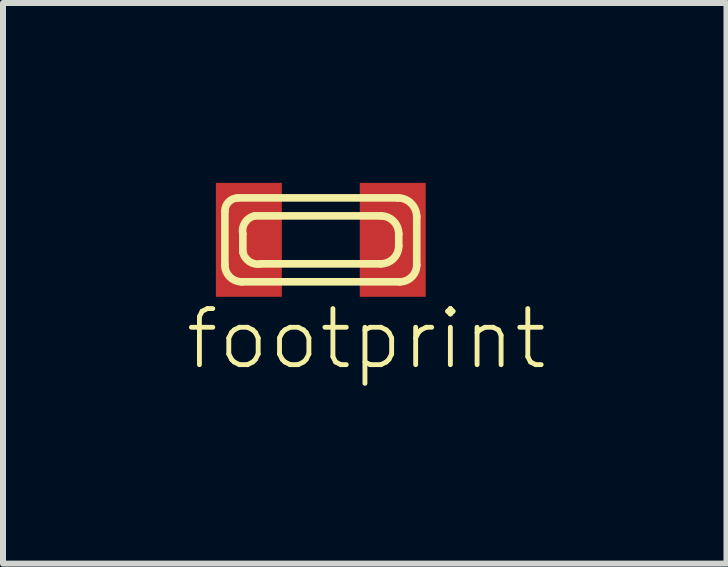
<source format=kicad_pcb>
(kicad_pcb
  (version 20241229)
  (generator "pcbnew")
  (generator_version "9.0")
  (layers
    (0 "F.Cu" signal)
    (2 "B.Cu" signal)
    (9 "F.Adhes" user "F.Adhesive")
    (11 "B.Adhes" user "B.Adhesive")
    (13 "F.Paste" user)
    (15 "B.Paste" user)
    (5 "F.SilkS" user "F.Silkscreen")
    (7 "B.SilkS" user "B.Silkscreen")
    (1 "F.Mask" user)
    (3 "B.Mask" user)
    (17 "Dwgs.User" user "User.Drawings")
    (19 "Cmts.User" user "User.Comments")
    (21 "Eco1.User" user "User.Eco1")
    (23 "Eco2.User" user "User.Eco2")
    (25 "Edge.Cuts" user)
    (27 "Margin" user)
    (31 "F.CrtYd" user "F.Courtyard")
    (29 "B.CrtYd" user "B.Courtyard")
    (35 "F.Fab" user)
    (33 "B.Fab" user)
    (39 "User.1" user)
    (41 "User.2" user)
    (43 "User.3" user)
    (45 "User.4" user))
  (footprint "footprint"
    (layer "F.Cu")
    (at 2.3 0.95)
    (property "Reference" "footprint" (at -2.3 2.2 0) (layer "F.SilkS") (effects (font (size 0.935 0.935) (thickness 0.081)) (justify left bottom)))
    (fp_line (start -1.6 0.417) (end -1.6 -0.476) (stroke (width 0.127) (type solid)) (layer "F.SilkS"))
    (fp_line (start -1.376 -0.7) (end 1.284 -0.7) (stroke (width 0.127) (type solid)) (layer "F.SilkS"))
    (fp_line (start -1.3 0.2) (end -1.3 -0.1) (stroke (width 0.127) (type solid)) (layer "F.SilkS"))
    (fp_line (start -1.1 -0.4) (end 1 -0.4) (stroke (width 0.127) (type solid)) (layer "F.SilkS"))
    (fp_line (start 1 0.4) (end -1 0.4) (stroke (width 0.127) (type solid)) (layer "F.SilkS"))
    (fp_line (start 1.3 -0.1) (end 1.3 0.1) (stroke (width 0.127) (type solid)) (layer "F.SilkS"))
    (fp_line (start 1.317 0.7) (end -1.317 0.7) (stroke (width 0.127) (type solid)) (layer "F.SilkS"))
    (fp_line (start 1.6 -0.384) (end 1.6 0.417) (stroke (width 0.127) (type solid)) (layer "F.SilkS"))
    (fp_arc (start -1.6 -0.4764) (mid -1.534509 -0.634509) (end -1.3764 -0.7) (stroke (width 0.127) (type solid)) (layer "F.SilkS"))
    (fp_arc (start -1.3172 0.7) (mid -1.51717 0.61717) (end -1.6 0.4172) (stroke (width 0.127) (type solid)) (layer "F.SilkS"))
    (fp_arc (start -1.3 -0.1) (mid -1.262161 -0.291441) (end -1.099999 -0.399999) (stroke (width 0.127) (type solid)) (layer "F.SilkS"))
    (fp_arc (start -1 0.4) (mid -1.191422 0.362132) (end -1.300001 0.199999) (stroke (width 0.127) (type solid)) (layer "F.SilkS"))
    (fp_arc (start 1 -0.4) (mid 1.212103 -0.312103) (end 1.3 -0.1) (stroke (width 0.127) (type solid)) (layer "F.SilkS"))
    (fp_arc (start 1.2838 -0.7) (mid 1.507387 -0.607387) (end 1.6 -0.3838) (stroke (width 0.127) (type solid)) (layer "F.SilkS"))
    (fp_arc (start 1.3 0.1) (mid 1.212131 0.312132) (end 0.999999 0.399999) (stroke (width 0.127) (type solid)) (layer "F.SilkS"))
    (fp_arc (start 1.6 0.4172) (mid 1.51717 0.61717) (end 1.3172 0.7) (stroke (width 0.127) (type solid)) (layer "F.SilkS"))
    (pad "P$1" smd rect (at 1.2 0) (size 1.1 1.9) (layers "F.Cu" "F.Mask" "F.Paste"))
    (pad "P$2" smd rect (at -1.2 0 180) (size 1.1 1.9) (layers "F.Cu" "F.Mask" "F.Paste")))
  (gr_rect
    (start -3 -3)
    (end 9.066 6.35)
    (stroke (width 0.1) (type default))
    (fill no)
    (layer "Edge.Cuts")))
</source>
